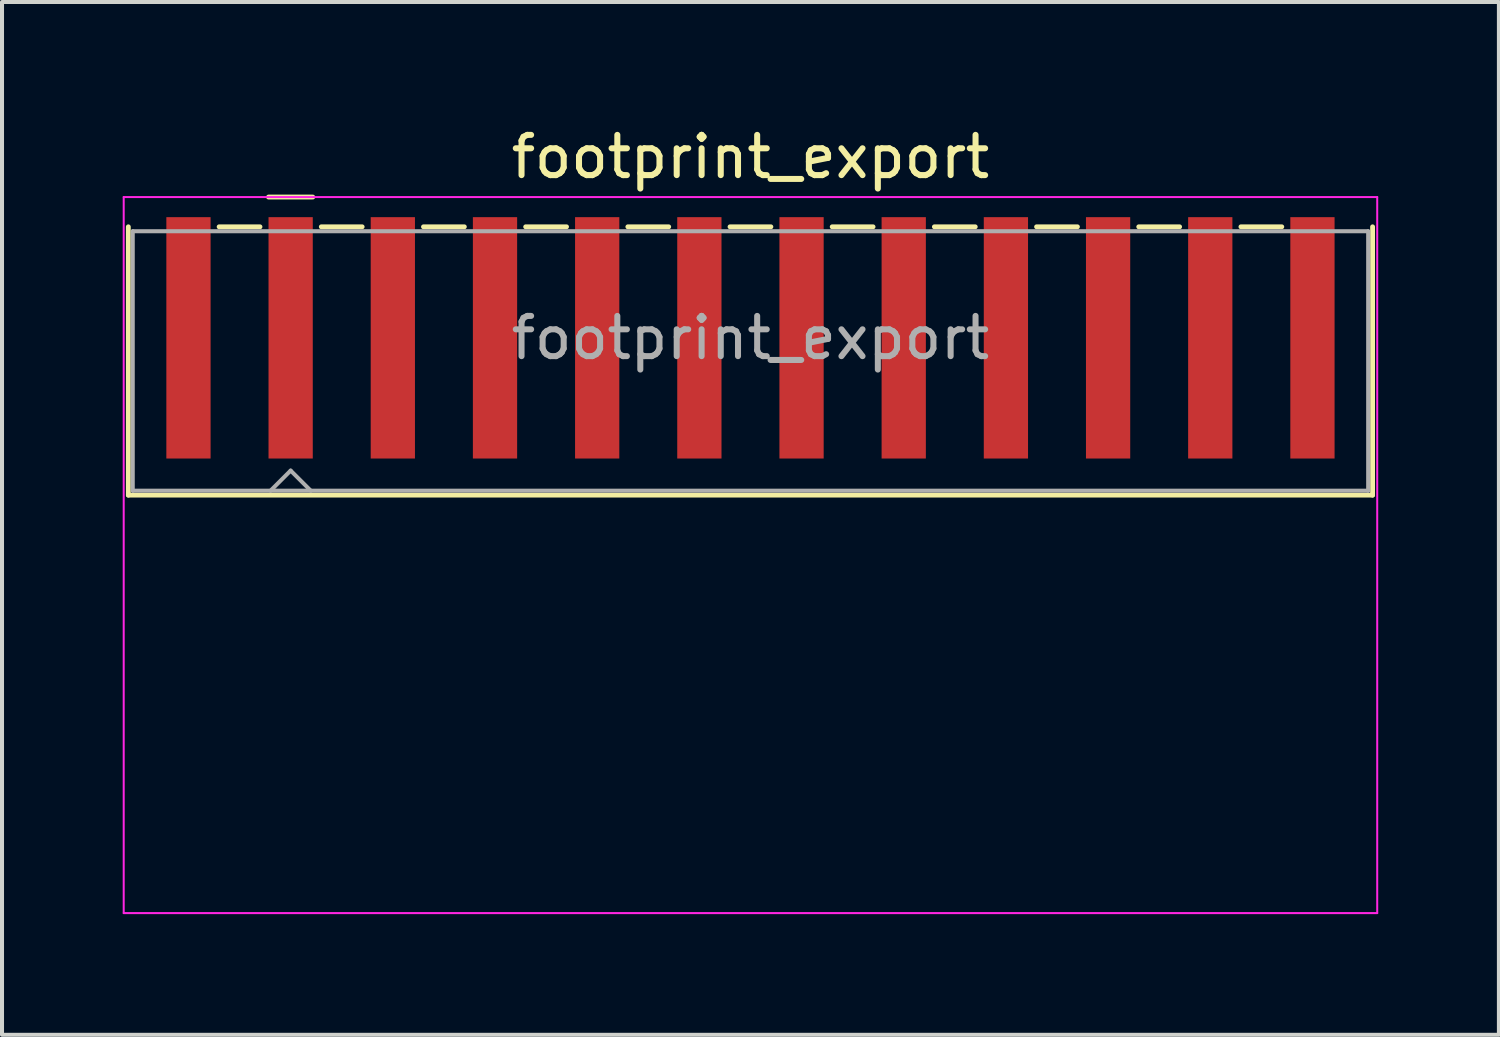
<source format=kicad_pcb>
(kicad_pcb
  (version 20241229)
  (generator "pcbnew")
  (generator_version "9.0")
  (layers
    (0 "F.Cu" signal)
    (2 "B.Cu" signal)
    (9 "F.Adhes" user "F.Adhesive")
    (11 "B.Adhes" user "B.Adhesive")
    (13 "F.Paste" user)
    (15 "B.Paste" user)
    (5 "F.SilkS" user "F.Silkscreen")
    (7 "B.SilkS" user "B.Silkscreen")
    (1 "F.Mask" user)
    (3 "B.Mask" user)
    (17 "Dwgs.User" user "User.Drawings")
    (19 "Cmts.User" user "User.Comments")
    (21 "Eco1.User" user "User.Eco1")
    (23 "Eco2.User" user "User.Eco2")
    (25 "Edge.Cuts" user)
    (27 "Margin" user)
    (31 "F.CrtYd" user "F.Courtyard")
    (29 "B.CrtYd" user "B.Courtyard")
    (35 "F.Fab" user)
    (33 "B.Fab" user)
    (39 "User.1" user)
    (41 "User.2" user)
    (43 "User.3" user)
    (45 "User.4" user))
  (footprint "footprint_export"
    (layer "F.Cu")
    (at 15.605 6.648)
    (property "Reference" "footprint_export" (at 0 -5.8 0) (layer "F.SilkS") (effects (font (size 1 1) (thickness 0.15))))
    (attr smd)
    (fp_line (start -15.465 -4.06) (end -15.465 2.61) (stroke (width 0.12) (type solid)) (layer "F.SilkS"))
    (fp_line (start -13.208 -4.06) (end -12.192 -4.06) (stroke (width 0.12) (type solid)) (layer "F.SilkS"))
    (fp_line (start -11.98 -4.8) (end -10.88 -4.8) (stroke (width 0.12) (type solid)) (layer "F.SilkS"))
    (fp_line (start -10.668 -4.06) (end -9.652 -4.06) (stroke (width 0.12) (type solid)) (layer "F.SilkS"))
    (fp_line (start -8.128 -4.06) (end -7.112 -4.06) (stroke (width 0.12) (type solid)) (layer "F.SilkS"))
    (fp_line (start -5.588 -4.06) (end -4.572 -4.06) (stroke (width 0.12) (type solid)) (layer "F.SilkS"))
    (fp_line (start -3.048 -4.06) (end -2.032 -4.06) (stroke (width 0.12) (type solid)) (layer "F.SilkS"))
    (fp_line (start -0.508 -4.06) (end 0.508 -4.06) (stroke (width 0.12) (type solid)) (layer "F.SilkS"))
    (fp_line (start 2.032 -4.06) (end 3.048 -4.06) (stroke (width 0.12) (type solid)) (layer "F.SilkS"))
    (fp_line (start 4.572 -4.06) (end 5.588 -4.06) (stroke (width 0.12) (type solid)) (layer "F.SilkS"))
    (fp_line (start 7.112 -4.06) (end 8.128 -4.06) (stroke (width 0.12) (type solid)) (layer "F.SilkS"))
    (fp_line (start 9.652 -4.06) (end 10.668 -4.06) (stroke (width 0.12) (type solid)) (layer "F.SilkS"))
    (fp_line (start 12.192 -4.06) (end 13.208 -4.06) (stroke (width 0.12) (type solid)) (layer "F.SilkS"))
    (fp_line (start 15.465 -4.06) (end 15.465 2.61) (stroke (width 0.12) (type solid)) (layer "F.SilkS"))
    (fp_line (start 15.465 2.61) (end -15.465 2.61) (stroke (width 0.12) (type solid)) (layer "F.SilkS"))
    (fp_line (start -15.58 -4.8) (end -15.58 13) (stroke (width 0.05) (type solid)) (layer "F.CrtYd"))
    (fp_line (start -15.58 13) (end 15.58 13) (stroke (width 0.05) (type solid)) (layer "F.CrtYd"))
    (fp_line (start 15.58 -4.8) (end -15.58 -4.8) (stroke (width 0.05) (type solid)) (layer "F.CrtYd"))
    (fp_line (start 15.58 13) (end 15.58 -4.8) (stroke (width 0.05) (type solid)) (layer "F.CrtYd"))
    (fp_line (start -15.355 -3.95) (end -15.355 2.5) (stroke (width 0.1) (type solid)) (layer "F.Fab"))
    (fp_line (start -15.355 2.5) (end 15.355 2.5) (stroke (width 0.1) (type solid)) (layer "F.Fab"))
    (fp_line (start -11.93 2.5) (end -11.43 2) (stroke (width 0.1) (type solid)) (layer "F.Fab"))
    (fp_line (start -11.43 2) (end -10.93 2.5) (stroke (width 0.1) (type solid)) (layer "F.Fab"))
    (fp_line (start 15.355 -3.95) (end -15.355 -3.95) (stroke (width 0.1) (type solid)) (layer "F.Fab"))
    (fp_line (start 15.355 2.5) (end 15.355 -3.95) (stroke (width 0.1) (type solid)) (layer "F.Fab"))
    (fp_text user "${REFERENCE}" (at 0 -1.3 0) (layer "F.Fab") (effects (font (size 1 1) (thickness 0.15))))
    (pad "1" smd rect (at -11.43 -1.3) (size 1.1 6) (layers "F.Cu" "F.Mask" "F.Paste"))
    (pad "2" smd rect (at -8.89 -1.3) (size 1.1 6) (layers "F.Cu" "F.Mask" "F.Paste"))
    (pad "3" smd rect (at -6.35 -1.3) (size 1.1 6) (layers "F.Cu" "F.Mask" "F.Paste"))
    (pad "4" smd rect (at -3.81 -1.3) (size 1.1 6) (layers "F.Cu" "F.Mask" "F.Paste"))
    (pad "5" smd rect (at -1.27 -1.3) (size 1.1 6) (layers "F.Cu" "F.Mask" "F.Paste"))
    (pad "6" smd rect (at 1.27 -1.3) (size 1.1 6) (layers "F.Cu" "F.Mask" "F.Paste"))
    (pad "7" smd rect (at 3.81 -1.3) (size 1.1 6) (layers "F.Cu" "F.Mask" "F.Paste"))
    (pad "8" smd rect (at 6.35 -1.3) (size 1.1 6) (layers "F.Cu" "F.Mask" "F.Paste"))
    (pad "9" smd rect (at 8.89 -1.3) (size 1.1 6) (layers "F.Cu" "F.Mask" "F.Paste"))
    (pad "10" smd rect (at 11.43 -1.3) (size 1.1 6) (layers "F.Cu" "F.Mask" "F.Paste"))
    (pad "MP" smd rect (at -13.97 -1.3) (size 1.1 6) (layers "F.Cu" "F.Mask" "F.Paste"))
    (pad "MP" smd rect (at 13.97 -1.3) (size 1.1 6) (layers "F.Cu" "F.Mask" "F.Paste")))
  (gr_rect
    (start -3 -3)
    (end 34.21 22.673)
    (stroke (width 0.1) (type default))
    (fill no)
    (layer "Edge.Cuts")))
</source>
